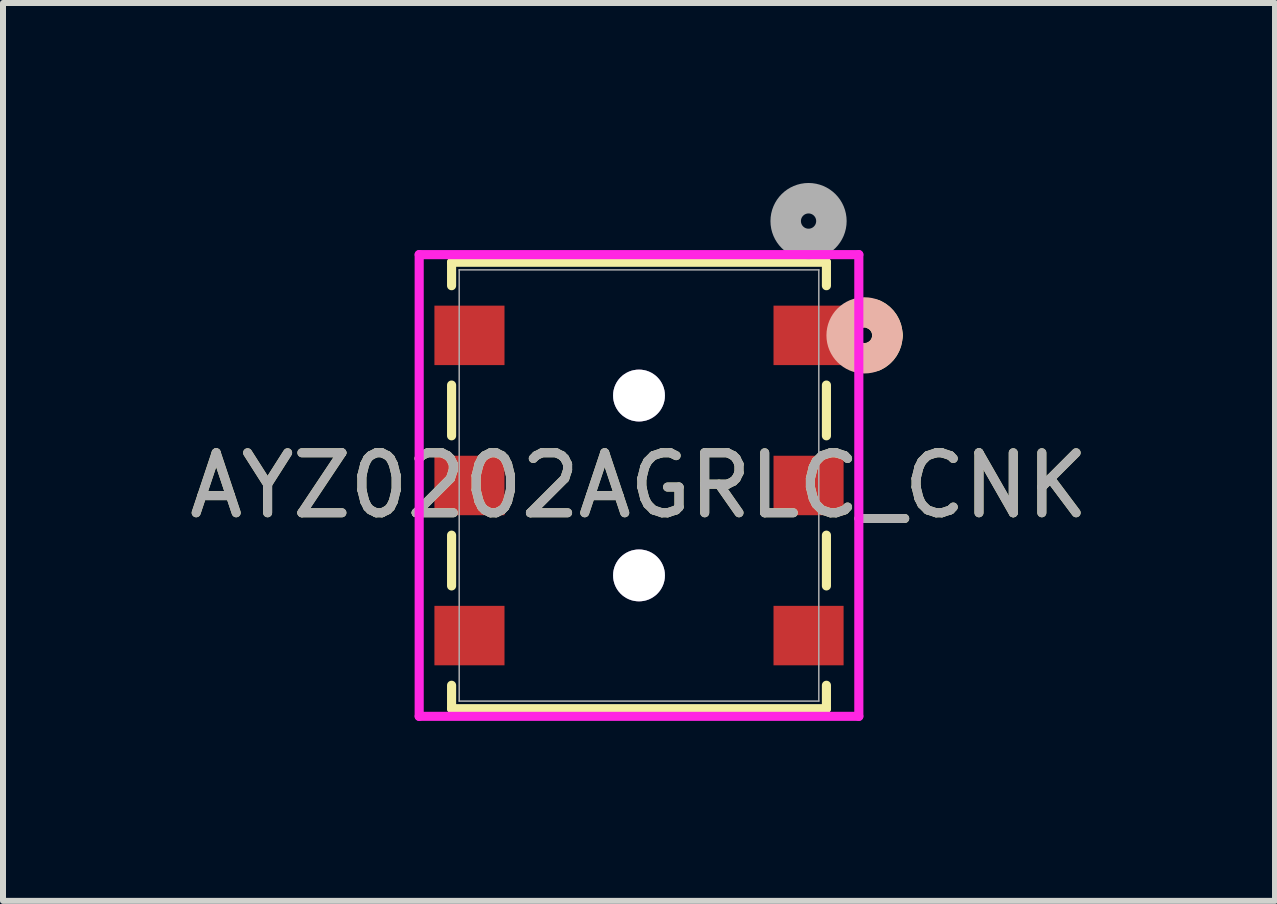
<source format=kicad_pcb>
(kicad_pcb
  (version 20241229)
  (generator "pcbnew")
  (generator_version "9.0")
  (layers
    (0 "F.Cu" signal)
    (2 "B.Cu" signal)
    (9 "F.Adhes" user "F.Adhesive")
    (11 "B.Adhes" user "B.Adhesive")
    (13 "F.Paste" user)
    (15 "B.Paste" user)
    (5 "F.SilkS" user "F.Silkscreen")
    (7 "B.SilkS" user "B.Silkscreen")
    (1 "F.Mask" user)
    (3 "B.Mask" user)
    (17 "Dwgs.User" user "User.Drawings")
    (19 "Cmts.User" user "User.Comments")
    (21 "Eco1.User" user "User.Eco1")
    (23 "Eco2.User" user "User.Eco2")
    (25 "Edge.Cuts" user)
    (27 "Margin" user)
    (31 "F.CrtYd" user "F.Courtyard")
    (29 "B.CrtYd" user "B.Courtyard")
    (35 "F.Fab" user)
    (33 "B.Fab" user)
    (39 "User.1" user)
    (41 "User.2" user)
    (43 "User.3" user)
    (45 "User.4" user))
  (footprint "AYZ0202AGRLC_CNK"
    (layer "F.Cu")
    (at 7.601 5.042)
    (property "Reference" "AYZ0202AGRLC_CNK" (at 0 0 0) (unlocked yes) (layer "F.SilkS") (effects (font (size 1 1) (thickness 0.15))))
    (attr smd)
    (fp_line (start -3.124 -3.721) (end -3.124 -3.33) (stroke (width 0.152) (type solid)) (layer "F.SilkS"))
    (fp_line (start -3.124 -1.674) (end -3.124 -0.828) (stroke (width 0.152) (type solid)) (layer "F.SilkS"))
    (fp_line (start -3.124 0.828) (end -3.124 1.674) (stroke (width 0.152) (type solid)) (layer "F.SilkS"))
    (fp_line (start -3.124 3.33) (end -3.124 3.721) (stroke (width 0.152) (type solid)) (layer "F.SilkS"))
    (fp_line (start -3.124 3.721) (end 3.124 3.721) (stroke (width 0.152) (type solid)) (layer "F.SilkS"))
    (fp_line (start 3.124 -3.721) (end -3.124 -3.721) (stroke (width 0.152) (type solid)) (layer "F.SilkS"))
    (fp_line (start 3.124 -3.33) (end 3.124 -3.721) (stroke (width 0.152) (type solid)) (layer "F.SilkS"))
    (fp_line (start 3.124 -0.828) (end 3.124 -1.674) (stroke (width 0.152) (type solid)) (layer "F.SilkS"))
    (fp_line (start 3.124 1.674) (end 3.124 0.828) (stroke (width 0.152) (type solid)) (layer "F.SilkS"))
    (fp_line (start 3.124 3.721) (end 3.124 3.33) (stroke (width 0.152) (type solid)) (layer "F.SilkS"))
    (fp_arc (start 3.92049 -2.847076) (mid 4.080613 -2.706484) (end 4.1402 -2.5019) (stroke (width 0.508) (type solid)) (layer "F.SilkS"))
    (fp_arc (start 4.1402 -2.5019) (mid 4.080613 -2.297315) (end 3.92049 -2.156724) (stroke (width 0.508) (type solid)) (layer "F.SilkS"))
    (fp_circle (center 3.759 -2.502) (end 4.14 -2.502) (stroke (width 0.508) (type solid)) (fill no) (layer "B.SilkS"))
    (fp_line (start -3.664 -3.848) (end -3.664 3.848) (stroke (width 0.152) (type solid)) (layer "F.CrtYd"))
    (fp_line (start -3.664 3.848) (end 3.664 3.848) (stroke (width 0.152) (type solid)) (layer "F.CrtYd"))
    (fp_line (start 3.664 -3.848) (end -3.664 -3.848) (stroke (width 0.152) (type solid)) (layer "F.CrtYd"))
    (fp_line (start 3.664 3.848) (end 3.664 -3.848) (stroke (width 0.152) (type solid)) (layer "F.CrtYd"))
    (fp_line (start -2.997 -3.594) (end -2.997 3.594) (stroke (width 0.025) (type solid)) (layer "F.Fab"))
    (fp_line (start -2.997 3.594) (end 2.997 3.594) (stroke (width 0.025) (type solid)) (layer "F.Fab"))
    (fp_line (start 2.997 -3.594) (end -2.997 -3.594) (stroke (width 0.025) (type solid)) (layer "F.Fab"))
    (fp_line (start 2.997 3.594) (end 2.997 -3.594) (stroke (width 0.025) (type solid)) (layer "F.Fab"))
    (fp_circle (center 2.826 -4.407) (end 3.207 -4.407) (stroke (width 0.508) (type solid)) (fill no) (layer "F.Fab"))
    (fp_text user "${REFERENCE}" (at 0 0 0) (unlocked yes) (layer "F.Fab") (effects (font (size 1 1) (thickness 0.15))))
    (pad "1" smd rect (at 2.826 -2.502) (size 1.168 0.991) (layers "F.Cu" "F.Mask" "F.Paste"))
    (pad "2" smd rect (at 2.826 0) (size 1.168 0.991) (layers "F.Cu" "F.Mask" "F.Paste"))
    (pad "3" smd rect (at 2.826 2.502) (size 1.168 0.991) (layers "F.Cu" "F.Mask" "F.Paste"))
    (pad "4" smd rect (at -2.826 -2.502) (size 1.168 0.991) (layers "F.Cu" "F.Mask" "F.Paste"))
    (pad "5" smd rect (at -2.826 0) (size 1.168 0.991) (layers "F.Cu" "F.Mask" "F.Paste"))
    (pad "6" smd rect (at -2.826 2.502) (size 1.168 0.991) (layers "F.Cu" "F.Mask" "F.Paste"))
    (pad "7" thru_hole circle (at 0 -1.499) (size 0.864 0.864) (drill 0.864) (layers "*.Cu" "*.Mask"))
    (pad "8" thru_hole circle (at 0 1.499) (size 0.864 0.864) (drill 0.864) (layers "*.Cu" "*.Mask")))
  (gr_rect
    (start -3 -3)
    (end 18.202 11.966)
    (stroke (width 0.1) (type default))
    (fill no)
    (layer "Edge.Cuts")))
</source>
